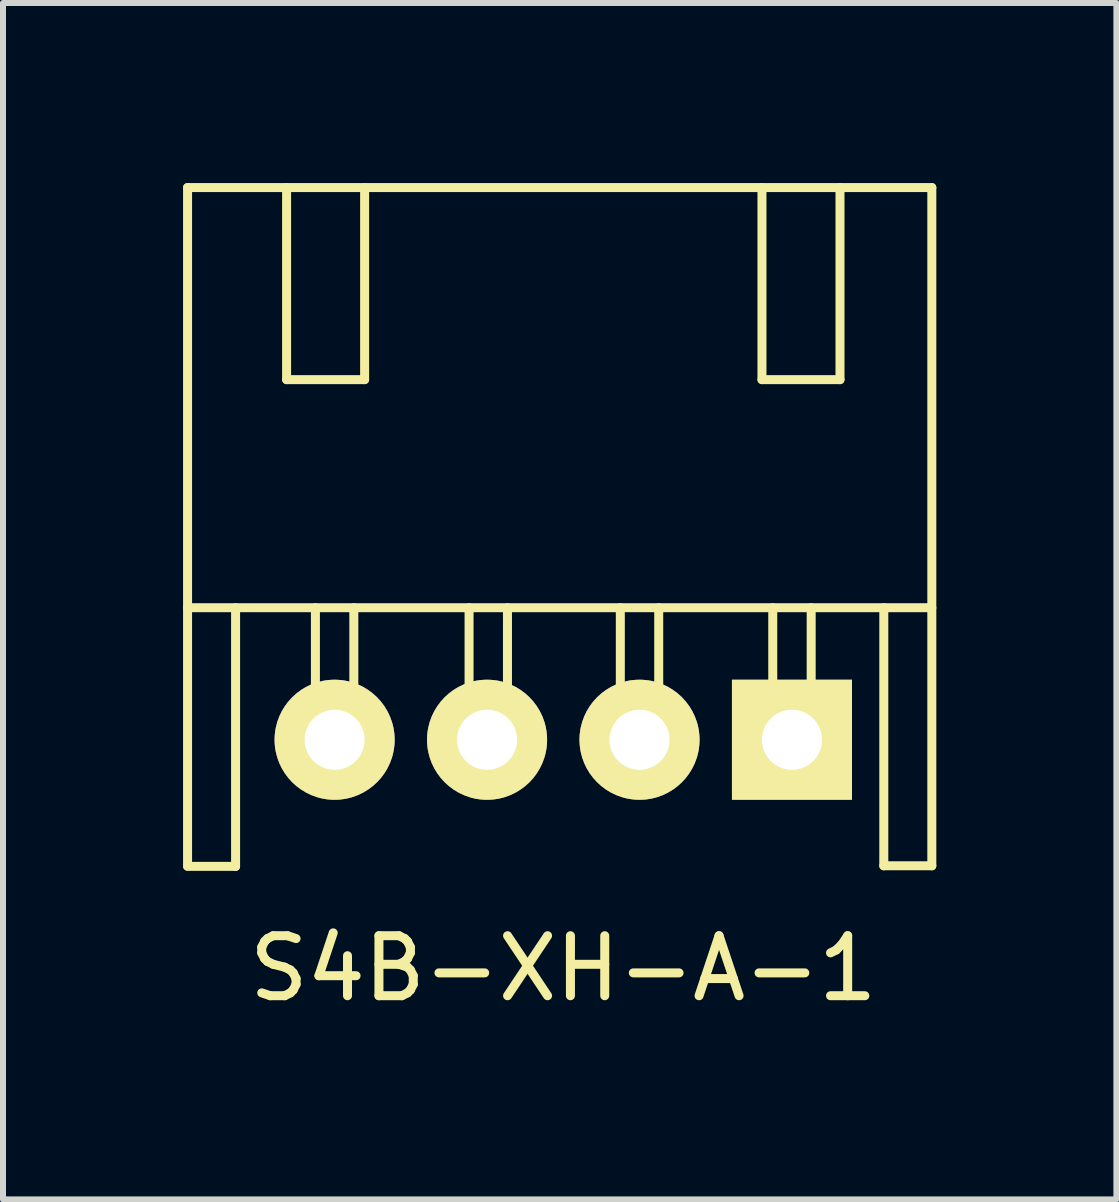
<source format=kicad_pcb>
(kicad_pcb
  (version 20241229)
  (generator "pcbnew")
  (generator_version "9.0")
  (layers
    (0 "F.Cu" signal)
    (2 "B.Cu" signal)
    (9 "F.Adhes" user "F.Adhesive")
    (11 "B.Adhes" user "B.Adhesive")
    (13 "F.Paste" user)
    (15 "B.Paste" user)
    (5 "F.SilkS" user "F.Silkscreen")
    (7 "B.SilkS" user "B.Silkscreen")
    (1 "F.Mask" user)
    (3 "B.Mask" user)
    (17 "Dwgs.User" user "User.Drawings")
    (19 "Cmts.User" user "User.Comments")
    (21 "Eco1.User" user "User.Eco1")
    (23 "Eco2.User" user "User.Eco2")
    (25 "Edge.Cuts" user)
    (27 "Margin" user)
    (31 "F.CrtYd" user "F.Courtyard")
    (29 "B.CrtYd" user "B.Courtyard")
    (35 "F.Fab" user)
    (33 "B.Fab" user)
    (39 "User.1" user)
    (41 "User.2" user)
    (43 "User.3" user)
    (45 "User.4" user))
  (footprint "S4B-XH-A-1"
    (layer "F.Cu")
    (at 6.335 9.275)
    (property "Reference" "S4B-XH-A-1" (at 0 3.81 0) (layer "F.SilkS") (effects (font (size 1 1) (thickness 0.15))))
    (attr through_hole)
    (fp_line (start -6.26 -9.2) (end 6.14 -9.2) (stroke (width 0.15) (type solid)) (layer "F.SilkS"))
    (fp_line (start -6.26 2.1) (end -6.26 -9.2) (stroke (width 0.15) (type solid)) (layer "F.SilkS"))
    (fp_line (start -6.26 2.11) (end -5.46 2.11) (stroke (width 0.15) (type solid)) (layer "F.SilkS"))
    (fp_line (start -5.46 2.11) (end -5.46 -2.2) (stroke (width 0.15) (type solid)) (layer "F.SilkS"))
    (fp_line (start -4.61 -9.2) (end -4.61 -6) (stroke (width 0.15) (type solid)) (layer "F.SilkS"))
    (fp_line (start -4.61 -6) (end -3.31 -6) (stroke (width 0.15) (type solid)) (layer "F.SilkS"))
    (fp_line (start -4.13 0) (end -4.13 -2.2) (stroke (width 0.15) (type solid)) (layer "F.SilkS"))
    (fp_line (start -3.81 0) (end -4.13 0) (stroke (width 0.15) (type solid)) (layer "F.SilkS"))
    (fp_line (start -3.81 0) (end -3.49 0) (stroke (width 0.15) (type solid)) (layer "F.SilkS"))
    (fp_line (start -3.49 0) (end -3.49 -2.2) (stroke (width 0.15) (type solid)) (layer "F.SilkS"))
    (fp_line (start -3.31 -6) (end -3.31 -9.2) (stroke (width 0.15) (type solid)) (layer "F.SilkS"))
    (fp_line (start -1.57 0) (end -1.57 -2.2) (stroke (width 0.15) (type solid)) (layer "F.SilkS"))
    (fp_line (start -1.26 0) (end -0.93 0) (stroke (width 0.15) (type solid)) (layer "F.SilkS"))
    (fp_line (start -1.25 0) (end -1.57 0) (stroke (width 0.15) (type solid)) (layer "F.SilkS"))
    (fp_line (start -0.93 0) (end -0.93 -2.2) (stroke (width 0.15) (type solid)) (layer "F.SilkS"))
    (fp_line (start 0.95 0) (end 0.95 -2.2) (stroke (width 0.15) (type solid)) (layer "F.SilkS"))
    (fp_line (start 1.27 0) (end 0.95 0) (stroke (width 0.15) (type solid)) (layer "F.SilkS"))
    (fp_line (start 1.27 0) (end 1.59 0) (stroke (width 0.15) (type solid)) (layer "F.SilkS"))
    (fp_line (start 1.59 0) (end 1.59 -2.2) (stroke (width 0.15) (type solid)) (layer "F.SilkS"))
    (fp_line (start 3.31 -6) (end 3.31 -9.2) (stroke (width 0.15) (type solid)) (layer "F.SilkS"))
    (fp_line (start 3.49 0) (end 3.49 -2.2) (stroke (width 0.15) (type solid)) (layer "F.SilkS"))
    (fp_line (start 3.81 0) (end 3.49 0) (stroke (width 0.15) (type solid)) (layer "F.SilkS"))
    (fp_line (start 3.81 0) (end 4.13 0) (stroke (width 0.15) (type solid)) (layer "F.SilkS"))
    (fp_line (start 4.13 0) (end 4.13 -2.2) (stroke (width 0.15) (type solid)) (layer "F.SilkS"))
    (fp_line (start 4.61 -9.2) (end 4.61 -6) (stroke (width 0.15) (type solid)) (layer "F.SilkS"))
    (fp_line (start 4.61 -6) (end 3.31 -6) (stroke (width 0.15) (type solid)) (layer "F.SilkS"))
    (fp_line (start 5.34 2.1) (end 5.34 -2.2) (stroke (width 0.15) (type solid)) (layer "F.SilkS"))
    (fp_line (start 6.14 -9.2) (end 6.14 2.1) (stroke (width 0.15) (type solid)) (layer "F.SilkS"))
    (fp_line (start 6.14 -2.2) (end -6.26 -2.2) (stroke (width 0.15) (type solid)) (layer "F.SilkS"))
    (fp_line (start 6.14 2.1) (end 5.34 2.1) (stroke (width 0.15) (type solid)) (layer "F.SilkS"))
    (pad "1" thru_hole rect (at 3.81 0) (size 2 2) (drill 1) (layers "*.Cu" "*.Mask" "F.SilkS"))
    (pad "2" thru_hole circle (at 1.27 0) (size 2 2) (drill 1) (layers "*.Cu" "*.Mask" "F.SilkS"))
    (pad "3" thru_hole circle (at -1.27 0) (size 2 2) (drill 1) (layers "*.Cu" "*.Mask" "F.SilkS"))
    (pad "4" thru_hole circle (at -3.81 0) (size 2 2) (drill 1) (layers "*.Cu" "*.Mask" "F.SilkS")))
  (gr_rect
    (start -3 -3)
    (end 15.55 16.933)
    (stroke (width 0.1) (type default))
    (fill no)
    (layer "Edge.Cuts")))
</source>
